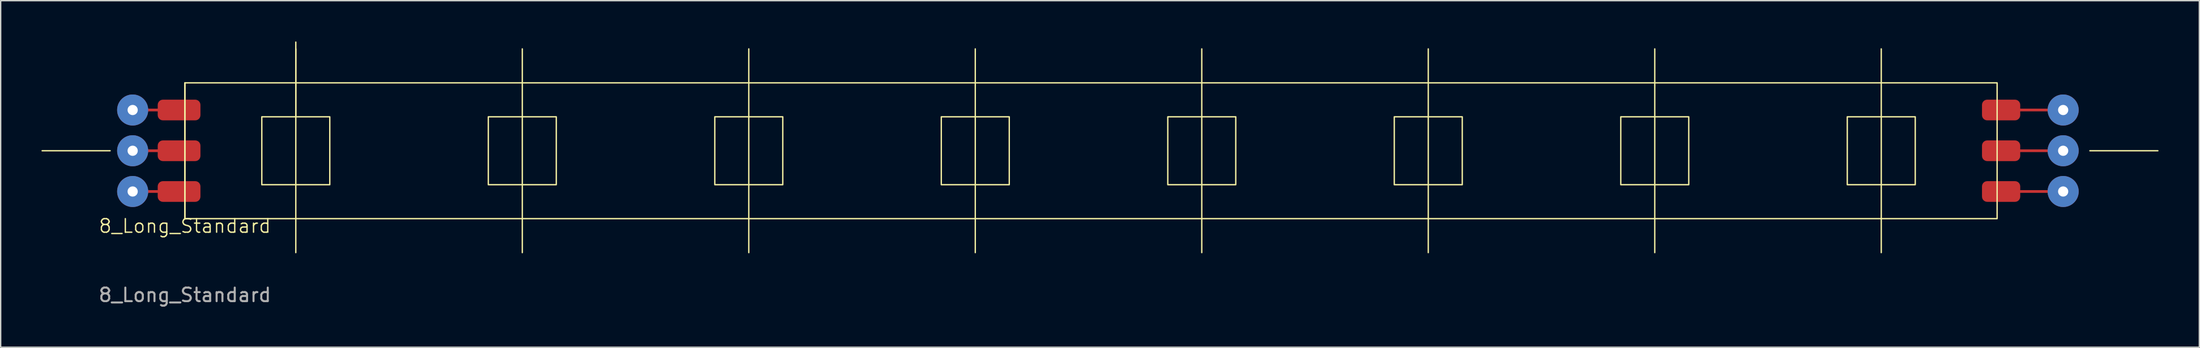
<source format=kicad_pcb>
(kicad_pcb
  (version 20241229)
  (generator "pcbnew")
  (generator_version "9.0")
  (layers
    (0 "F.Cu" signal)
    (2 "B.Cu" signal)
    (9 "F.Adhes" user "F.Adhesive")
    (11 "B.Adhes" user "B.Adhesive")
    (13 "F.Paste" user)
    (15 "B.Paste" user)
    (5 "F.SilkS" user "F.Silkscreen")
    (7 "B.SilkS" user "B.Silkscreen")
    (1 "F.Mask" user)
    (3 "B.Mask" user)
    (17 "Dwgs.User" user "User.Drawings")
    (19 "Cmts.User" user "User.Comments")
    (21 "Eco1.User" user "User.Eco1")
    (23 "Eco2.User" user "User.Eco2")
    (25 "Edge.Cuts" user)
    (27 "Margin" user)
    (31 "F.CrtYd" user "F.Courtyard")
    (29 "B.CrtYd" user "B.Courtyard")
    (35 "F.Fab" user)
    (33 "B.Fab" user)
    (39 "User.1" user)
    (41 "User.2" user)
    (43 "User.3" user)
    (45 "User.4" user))
  (footprint "8_Long_Standard"
    (layer "F.Cu")
    (at 18.708 8.05)
    (property "Reference" "8_Long_Standard" (at -8.158 5.54 0) (unlocked yes) (layer "F.SilkS") (effects (font (size 1 1) (thickness 0.1))))
    (attr smd)
    (fp_line (start -11.015 0) (end -10.158 0) (stroke (width 0.2) (type default)) (layer "F.Cu"))
    (fp_line (start -11 3) (end -10.143 3) (stroke (width 0.2) (type default)) (layer "F.Cu"))
    (fp_line (start -10.857 -3) (end -10 -3) (stroke (width 0.2) (type default)) (layer "F.Cu"))
    (fp_line (start 128.857 0) (end 126.842 0) (stroke (width 0.2) (type default)) (layer "F.Cu"))
    (fp_line (start 129.007 -3) (end 126.842 -3) (stroke (width 0.2) (type default)) (layer "F.Cu"))
    (fp_line (start 129.083 3) (end 126.842 3) (stroke (width 0.2) (type default)) (layer "F.Cu"))
    (fp_line (start -13.658 0) (end -18.658 0) (stroke (width 0.1) (type default)) (layer "F.SilkS"))
    (fp_line (start -8.158 -5) (end -8.158 5) (stroke (width 0.1) (type default)) (layer "F.SilkS"))
    (fp_line (start 0 -2.5) (end 0 -8) (stroke (width 0.1) (type default)) (layer "F.SilkS"))
    (fp_line (start 0 7.5) (end 0 -7.5) (stroke (width 0.1) (type default)) (layer "F.SilkS"))
    (fp_line (start 16.66 7.5) (end 16.66 -7.5) (stroke (width 0.1) (type default)) (layer "F.SilkS"))
    (fp_line (start 33.32 7.5) (end 33.32 -7.5) (stroke (width 0.1) (type default)) (layer "F.SilkS"))
    (fp_line (start 49.98 7.5) (end 49.98 -7.5) (stroke (width 0.1) (type default)) (layer "F.SilkS"))
    (fp_line (start 66.64 7.5) (end 66.64 -7.5) (stroke (width 0.1) (type default)) (layer "F.SilkS"))
    (fp_line (start 83.3 7.5) (end 83.3 -7.5) (stroke (width 0.1) (type default)) (layer "F.SilkS"))
    (fp_line (start 99.96 7.5) (end 99.96 -7.5) (stroke (width 0.1) (type default)) (layer "F.SilkS"))
    (fp_line (start 116.62 7.5) (end 116.62 -7.5) (stroke (width 0.1) (type default)) (layer "F.SilkS"))
    (fp_line (start 131.967 0) (end 136.967 0) (stroke (width 0.1) (type default)) (layer "F.SilkS"))
    (fp_rect (start -8.158 -5) (end 125.142 5) (stroke (width 0.1) (type default)) (fill no) (layer "F.SilkS"))
    (fp_rect (start -2.5 -2.5) (end 2.5 2.5) (stroke (width 0.1) (type default)) (fill no) (layer "F.SilkS"))
    (fp_rect (start 14.16 -2.5) (end 19.16 2.5) (stroke (width 0.1) (type default)) (fill no) (layer "F.SilkS"))
    (fp_rect (start 30.82 -2.5) (end 35.82 2.5) (stroke (width 0.1) (type default)) (fill no) (layer "F.SilkS"))
    (fp_rect (start 47.48 -2.5) (end 52.48 2.5) (stroke (width 0.1) (type default)) (fill no) (layer "F.SilkS"))
    (fp_rect (start 64.14 -2.5) (end 69.14 2.5) (stroke (width 0.1) (type default)) (fill no) (layer "F.SilkS"))
    (fp_rect (start 80.8 -2.5) (end 85.8 2.5) (stroke (width 0.1) (type default)) (fill no) (layer "F.SilkS"))
    (fp_rect (start 97.46 -2.5) (end 102.46 2.5) (stroke (width 0.1) (type default)) (fill no) (layer "F.SilkS"))
    (fp_rect (start 114.12 -2.5) (end 119.12 2.5) (stroke (width 0.1) (type default)) (fill no) (layer "F.SilkS"))
    (fp_text user "${REFERENCE}" (at -8.158 10.62 0) (unlocked yes) (layer "F.Fab") (effects (font (size 1 1) (thickness 0.15))))
    (pad "" thru_hole circle (at -12 -3 90) (size 2.286 2.286) (drill 0.75) (layers "*.Cu" "*.Mask"))
    (pad "" thru_hole circle (at -12 0 90) (size 2.286 2.286) (drill 0.75) (layers "*.Cu" "*.Mask"))
    (pad "" thru_hole circle (at -12 3 90) (size 2.286 2.286) (drill 0.75) (layers "*.Cu" "*.Mask"))
    (pad "" thru_hole circle (at 130 -3) (size 2.286 2.286) (drill 0.75) (layers "*.Cu" "*.Mask"))
    (pad "" thru_hole circle (at 130 0) (size 2.286 2.286) (drill 0.75) (layers "*.Cu" "*.Mask"))
    (pad "" thru_hole circle (at 130 3) (size 2.286 2.286) (drill 0.75) (layers "*.Cu" "*.Mask"))
    (pad "1" smd roundrect (at -8.586 3) (size 3.143 1.524) (layers "F.Cu" "F.Mask" "F.Paste") (roundrect_rratio 0.25))
    (pad "2" smd roundrect (at -8.586 0) (size 3.143 1.524) (layers "F.Cu" "F.Mask" "F.Paste") (roundrect_rratio 0.25))
    (pad "3" smd roundrect (at -8.586 -3) (size 3.143 1.524) (layers "F.Cu" "F.Mask" "F.Paste") (roundrect_rratio 0.25))
    (pad "4" smd roundrect (at 125.436 3) (size 2.813 1.524) (layers "F.Cu" "F.Mask" "F.Paste") (roundrect_rratio 0.25))
    (pad "5" smd roundrect (at 125.436 0) (size 2.813 1.524) (layers "F.Cu" "F.Mask" "F.Paste") (roundrect_rratio 0.25))
    (pad "6" smd roundrect (at 125.436 -3) (size 2.813 1.524) (layers "F.Cu" "F.Mask" "F.Paste") (roundrect_rratio 0.25)))
  (gr_rect
    (start -3 -3)
    (end 158.725 22.518)
    (stroke (width 0.1) (type default))
    (fill no)
    (layer "Edge.Cuts")))
</source>
